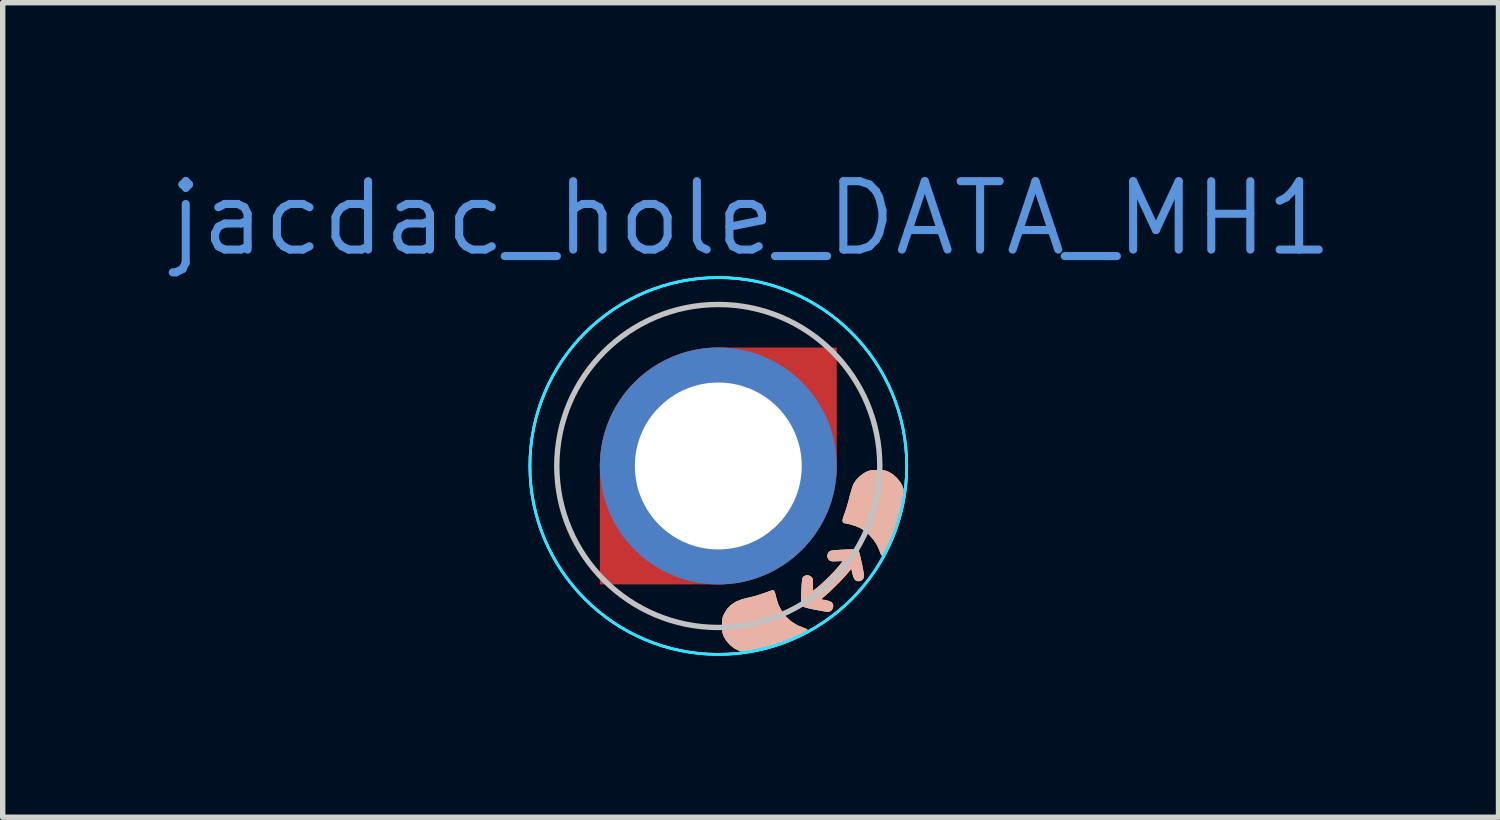
<source format=kicad_pcb>
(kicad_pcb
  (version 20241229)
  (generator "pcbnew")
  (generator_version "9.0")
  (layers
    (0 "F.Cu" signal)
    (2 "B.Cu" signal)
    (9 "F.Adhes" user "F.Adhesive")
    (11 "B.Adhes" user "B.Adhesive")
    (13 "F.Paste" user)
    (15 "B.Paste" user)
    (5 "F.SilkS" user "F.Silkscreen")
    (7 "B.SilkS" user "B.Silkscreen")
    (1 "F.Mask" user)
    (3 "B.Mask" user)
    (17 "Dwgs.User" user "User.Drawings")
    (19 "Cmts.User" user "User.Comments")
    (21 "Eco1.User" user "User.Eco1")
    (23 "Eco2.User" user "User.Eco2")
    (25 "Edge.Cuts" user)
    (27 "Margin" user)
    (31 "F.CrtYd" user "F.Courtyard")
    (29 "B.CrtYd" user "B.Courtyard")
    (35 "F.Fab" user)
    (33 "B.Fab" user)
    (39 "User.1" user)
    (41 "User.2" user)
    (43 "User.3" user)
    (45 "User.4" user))
  (footprint "jacdac_hole_DATA_MH1"
    (layer "F.Cu")
    (at 10.293 5.606)
    (property "Reference" "jacdac_hole_DATA_MH1" (at 0.6 -4.6 0) (layer "Cmts.User") (effects (font (size 1.27 1.27) (thickness 0.15))))
    (attr through_hole)
    (fp_poly (pts (xy -2.495 0) (xy -2.495 -0.157) (xy -2.456 -0.468) (xy -2.378 -0.773) (xy -2.262 -1.064) (xy -2.111 -1.34) (xy -1.926 -1.594) (xy -1.711 -1.822) (xy -1.469 -2.023) (xy -1.204 -2.191) (xy -0.92 -2.324) (xy -0.622 -2.421) (xy -0.313 -2.48) (xy 0 -2.5) (xy 2.5 -2.5) (xy 2.5 0) (xy 2.495 0) (xy 2.495 0.157) (xy 2.456 0.468) (xy 2.378 0.773) (xy 2.262 1.064) (xy 2.111 1.34) (xy 1.926 1.594) (xy 1.711 1.822) (xy 1.469 2.023) (xy 1.204 2.191) (xy 0.92 2.324) (xy 0.622 2.421) (xy 0.313 2.48) (xy 0 2.5) (xy -2.5 2.5) (xy -2.5 0)) (stroke (width 0) (type solid)) (fill yes) (layer "F.Mask"))
    (fp_circle (center 0 0) (end 0 -2.5) (stroke (width 0) (type solid)) (fill yes) (layer "B.Mask"))
    (fp_poly (pts (xy 1.03 2.312) (xy 1.045 2.333) (xy 1.059 2.373) (xy 1.074 2.434) (xy 1.075 2.44) (xy 1.115 2.572) (xy 1.176 2.691) (xy 1.256 2.797) (xy 1.354 2.887) (xy 1.468 2.958) (xy 1.583 3.005) (xy 1.619 3.018) (xy 1.645 3.031) (xy 1.649 3.033) (xy 1.664 3.059) (xy 1.658 3.09) (xy 1.642 3.111) (xy 1.615 3.129) (xy 1.568 3.154) (xy 1.506 3.183) (xy 1.433 3.215) (xy 1.352 3.249) (xy 1.268 3.282) (xy 1.186 3.313) (xy 1.12 3.336) (xy 0.959 3.386) (xy 0.818 3.424) (xy 0.696 3.448) (xy 0.59 3.46) (xy 0.5 3.459) (xy 0.424 3.446) (xy 0.401 3.439) (xy 0.304 3.393) (xy 0.217 3.325) (xy 0.144 3.241) (xy 0.1 3.163) (xy 0.086 3.13) (xy 0.078 3.096) (xy 0.073 3.055) (xy 0.071 3) (xy 0.071 2.96) (xy 0.071 2.897) (xy 0.074 2.852) (xy 0.079 2.818) (xy 0.089 2.787) (xy 0.105 2.754) (xy 0.109 2.745) (xy 0.167 2.652) (xy 0.24 2.577) (xy 0.33 2.519) (xy 0.439 2.476) (xy 0.507 2.458) (xy 0.65 2.424) (xy 0.775 2.387) (xy 0.891 2.347) (xy 0.897 2.345) (xy 0.945 2.327) (xy 0.984 2.314) (xy 1.009 2.306) (xy 1.012 2.306)) (stroke (width 0) (type solid)) (fill yes) (layer "F.SilkS"))
    (fp_poly (pts (xy 3.02 0.077) (xy 3.066 0.079) (xy 3.102 0.085) (xy 3.134 0.096) (xy 3.168 0.11) (xy 3.243 0.156) (xy 3.315 0.22) (xy 3.376 0.293) (xy 3.413 0.355) (xy 3.438 0.421) (xy 3.452 0.495) (xy 3.455 0.579) (xy 3.447 0.675) (xy 3.427 0.786) (xy 3.396 0.914) (xy 3.352 1.061) (xy 3.33 1.125) (xy 3.303 1.204) (xy 3.272 1.287) (xy 3.239 1.37) (xy 3.205 1.45) (xy 3.173 1.522) (xy 3.144 1.582) (xy 3.121 1.626) (xy 3.106 1.647) (xy 3.076 1.667) (xy 3.046 1.668) (xy 3.028 1.655) (xy 3.017 1.634) (xy 3.003 1.599) (xy 2.995 1.575) (xy 2.951 1.474) (xy 2.886 1.375) (xy 2.807 1.284) (xy 2.718 1.206) (xy 2.637 1.154) (xy 2.545 1.114) (xy 2.438 1.082) (xy 2.361 1.067) (xy 2.33 1.058) (xy 2.312 1.042) (xy 2.307 1.015) (xy 2.314 0.974) (xy 2.334 0.914) (xy 2.343 0.889) (xy 2.363 0.834) (xy 2.385 0.762) (xy 2.409 0.682) (xy 2.43 0.602) (xy 2.434 0.584) (xy 2.453 0.512) (xy 2.473 0.444) (xy 2.492 0.385) (xy 2.508 0.343) (xy 2.513 0.332) (xy 2.562 0.258) (xy 2.629 0.189) (xy 2.706 0.132) (xy 2.739 0.113) (xy 2.775 0.097) (xy 2.807 0.086) (xy 2.84 0.08) (xy 2.884 0.077) (xy 2.945 0.076) (xy 2.955 0.076)) (stroke (width 0) (type solid)) (fill yes) (layer "F.SilkS"))
    (fp_poly (pts (xy 2.524 1.55) (xy 2.561 1.555) (xy 2.587 1.566) (xy 2.604 1.581) (xy 2.616 1.602) (xy 2.617 1.605) (xy 2.626 1.634) (xy 2.638 1.682) (xy 2.652 1.743) (xy 2.667 1.811) (xy 2.681 1.88) (xy 2.693 1.944) (xy 2.702 1.997) (xy 2.707 2.034) (xy 2.707 2.044) (xy 2.696 2.09) (xy 2.665 2.123) (xy 2.62 2.14) (xy 2.604 2.141) (xy 2.566 2.135) (xy 2.538 2.115) (xy 2.516 2.078) (xy 2.497 2.02) (xy 2.492 2.001) (xy 2.471 1.911) (xy 2.387 2.01) (xy 2.342 2.061) (xy 2.285 2.122) (xy 2.22 2.188) (xy 2.152 2.255) (xy 2.087 2.318) (xy 2.028 2.373) (xy 1.981 2.414) (xy 1.973 2.42) (xy 1.936 2.452) (xy 1.921 2.473) (xy 1.927 2.483) (xy 1.938 2.484) (xy 1.979 2.488) (xy 2.026 2.499) (xy 2.071 2.514) (xy 2.104 2.53) (xy 2.111 2.536) (xy 2.132 2.573) (xy 2.135 2.615) (xy 2.121 2.657) (xy 2.095 2.69) (xy 2.058 2.709) (xy 2.038 2.711) (xy 2.013 2.709) (xy 1.969 2.702) (xy 1.911 2.691) (xy 1.842 2.678) (xy 1.793 2.669) (xy 1.708 2.651) (xy 1.644 2.637) (xy 1.598 2.622) (xy 1.568 2.603) (xy 1.55 2.58) (xy 1.542 2.547) (xy 1.539 2.504) (xy 1.54 2.448) (xy 1.541 2.375) (xy 1.544 2.292) (xy 1.548 2.215) (xy 1.549 2.2) (xy 1.554 2.141) (xy 1.559 2.102) (xy 1.566 2.077) (xy 1.577 2.06) (xy 1.587 2.051) (xy 1.632 2.029) (xy 1.68 2.032) (xy 1.724 2.056) (xy 1.74 2.071) (xy 1.75 2.087) (xy 1.755 2.11) (xy 1.757 2.145) (xy 1.756 2.199) (xy 1.756 2.204) (xy 1.753 2.321) (xy 1.789 2.296) (xy 1.846 2.251) (xy 1.914 2.192) (xy 1.988 2.123) (xy 2.065 2.048) (xy 2.139 1.971) (xy 2.205 1.899) (xy 2.26 1.834) (xy 2.288 1.798) (xy 2.311 1.766) (xy 2.198 1.77) (xy 2.143 1.772) (xy 2.108 1.77) (xy 2.084 1.765) (xy 2.067 1.755) (xy 2.053 1.742) (xy 2.027 1.7) (xy 2.024 1.653) (xy 2.044 1.608) (xy 2.05 1.601) (xy 2.061 1.589) (xy 2.073 1.58) (xy 2.091 1.574) (xy 2.119 1.569) (xy 2.159 1.564) (xy 2.216 1.56) (xy 2.295 1.555) (xy 2.305 1.555) (xy 2.399 1.55) (xy 2.471 1.548)) (stroke (width 0) (type solid)) (fill yes) (layer "F.SilkS"))
    (fp_poly (pts (xy 1.03 2.312) (xy 1.045 2.333) (xy 1.059 2.373) (xy 1.074 2.434) (xy 1.075 2.44) (xy 1.115 2.572) (xy 1.176 2.691) (xy 1.256 2.797) (xy 1.354 2.887) (xy 1.468 2.958) (xy 1.583 3.005) (xy 1.619 3.018) (xy 1.645 3.031) (xy 1.649 3.033) (xy 1.664 3.059) (xy 1.658 3.09) (xy 1.642 3.111) (xy 1.615 3.129) (xy 1.568 3.154) (xy 1.506 3.183) (xy 1.433 3.215) (xy 1.352 3.249) (xy 1.268 3.282) (xy 1.186 3.313) (xy 1.12 3.336) (xy 0.959 3.386) (xy 0.818 3.424) (xy 0.696 3.448) (xy 0.59 3.46) (xy 0.5 3.459) (xy 0.424 3.446) (xy 0.401 3.439) (xy 0.304 3.393) (xy 0.217 3.325) (xy 0.144 3.241) (xy 0.1 3.163) (xy 0.086 3.13) (xy 0.078 3.096) (xy 0.073 3.055) (xy 0.071 3) (xy 0.071 2.96) (xy 0.071 2.897) (xy 0.074 2.852) (xy 0.079 2.818) (xy 0.089 2.787) (xy 0.105 2.754) (xy 0.109 2.745) (xy 0.167 2.652) (xy 0.24 2.577) (xy 0.33 2.519) (xy 0.439 2.476) (xy 0.507 2.458) (xy 0.65 2.424) (xy 0.775 2.387) (xy 0.891 2.347) (xy 0.897 2.345) (xy 0.945 2.327) (xy 0.984 2.314) (xy 1.009 2.306) (xy 1.012 2.306)) (stroke (width 0) (type solid)) (fill yes) (layer "B.SilkS"))
    (fp_poly (pts (xy 3.02 0.077) (xy 3.066 0.079) (xy 3.102 0.085) (xy 3.134 0.096) (xy 3.168 0.11) (xy 3.243 0.156) (xy 3.315 0.22) (xy 3.376 0.293) (xy 3.413 0.355) (xy 3.438 0.421) (xy 3.452 0.495) (xy 3.455 0.579) (xy 3.447 0.675) (xy 3.427 0.786) (xy 3.396 0.914) (xy 3.352 1.061) (xy 3.33 1.125) (xy 3.303 1.204) (xy 3.272 1.287) (xy 3.239 1.37) (xy 3.205 1.45) (xy 3.173 1.522) (xy 3.144 1.582) (xy 3.121 1.626) (xy 3.106 1.647) (xy 3.076 1.667) (xy 3.046 1.668) (xy 3.028 1.655) (xy 3.017 1.634) (xy 3.003 1.599) (xy 2.995 1.575) (xy 2.951 1.474) (xy 2.886 1.375) (xy 2.807 1.284) (xy 2.718 1.206) (xy 2.637 1.154) (xy 2.545 1.114) (xy 2.438 1.082) (xy 2.361 1.067) (xy 2.33 1.058) (xy 2.312 1.042) (xy 2.307 1.015) (xy 2.314 0.974) (xy 2.334 0.914) (xy 2.343 0.889) (xy 2.363 0.834) (xy 2.385 0.762) (xy 2.409 0.682) (xy 2.43 0.602) (xy 2.434 0.584) (xy 2.453 0.512) (xy 2.473 0.444) (xy 2.492 0.385) (xy 2.508 0.343) (xy 2.513 0.332) (xy 2.562 0.258) (xy 2.629 0.189) (xy 2.706 0.132) (xy 2.739 0.113) (xy 2.775 0.097) (xy 2.807 0.086) (xy 2.84 0.08) (xy 2.884 0.077) (xy 2.945 0.076) (xy 2.955 0.076)) (stroke (width 0) (type solid)) (fill yes) (layer "B.SilkS"))
    (fp_poly (pts (xy 2.524 1.55) (xy 2.561 1.555) (xy 2.587 1.566) (xy 2.604 1.581) (xy 2.616 1.602) (xy 2.617 1.605) (xy 2.626 1.634) (xy 2.638 1.682) (xy 2.652 1.743) (xy 2.667 1.811) (xy 2.681 1.88) (xy 2.693 1.944) (xy 2.702 1.997) (xy 2.707 2.034) (xy 2.707 2.044) (xy 2.696 2.09) (xy 2.665 2.123) (xy 2.62 2.14) (xy 2.604 2.141) (xy 2.566 2.135) (xy 2.538 2.115) (xy 2.516 2.078) (xy 2.497 2.02) (xy 2.492 2.001) (xy 2.471 1.911) (xy 2.387 2.01) (xy 2.342 2.061) (xy 2.285 2.122) (xy 2.22 2.188) (xy 2.152 2.255) (xy 2.087 2.318) (xy 2.028 2.373) (xy 1.981 2.414) (xy 1.973 2.42) (xy 1.936 2.452) (xy 1.921 2.473) (xy 1.927 2.483) (xy 1.938 2.484) (xy 1.979 2.488) (xy 2.026 2.499) (xy 2.071 2.514) (xy 2.104 2.53) (xy 2.111 2.536) (xy 2.132 2.573) (xy 2.135 2.615) (xy 2.121 2.657) (xy 2.095 2.69) (xy 2.058 2.709) (xy 2.038 2.711) (xy 2.013 2.709) (xy 1.969 2.702) (xy 1.911 2.691) (xy 1.842 2.678) (xy 1.793 2.669) (xy 1.708 2.651) (xy 1.644 2.637) (xy 1.598 2.622) (xy 1.568 2.603) (xy 1.55 2.58) (xy 1.542 2.547) (xy 1.539 2.504) (xy 1.54 2.448) (xy 1.541 2.375) (xy 1.544 2.292) (xy 1.548 2.215) (xy 1.549 2.2) (xy 1.554 2.141) (xy 1.559 2.102) (xy 1.566 2.077) (xy 1.577 2.06) (xy 1.587 2.051) (xy 1.632 2.029) (xy 1.68 2.032) (xy 1.724 2.056) (xy 1.74 2.071) (xy 1.75 2.087) (xy 1.755 2.11) (xy 1.757 2.145) (xy 1.756 2.199) (xy 1.756 2.204) (xy 1.753 2.321) (xy 1.789 2.296) (xy 1.846 2.251) (xy 1.914 2.192) (xy 1.988 2.123) (xy 2.065 2.048) (xy 2.139 1.971) (xy 2.205 1.899) (xy 2.26 1.834) (xy 2.288 1.798) (xy 2.311 1.766) (xy 2.198 1.77) (xy 2.143 1.772) (xy 2.108 1.77) (xy 2.084 1.765) (xy 2.067 1.755) (xy 2.053 1.742) (xy 2.027 1.7) (xy 2.024 1.653) (xy 2.044 1.608) (xy 2.05 1.601) (xy 2.061 1.589) (xy 2.073 1.58) (xy 2.091 1.574) (xy 2.119 1.569) (xy 2.159 1.564) (xy 2.216 1.56) (xy 2.295 1.555) (xy 2.305 1.555) (xy 2.399 1.55) (xy 2.471 1.548)) (stroke (width 0) (type solid)) (fill yes) (layer "B.SilkS"))
    (fp_circle (center 0 0) (end 0 -3) (stroke (width 0.1) (type default)) (fill no) (layer "Dwgs.User"))
    (fp_circle (center 0 0) (end 0 -3.5) (stroke (width 0.05) (type default)) (fill no) (layer "B.CrtYd"))
    (fp_circle (center 0 0) (end 0 -3.5) (stroke (width 0.05) (type default)) (fill no) (layer "B.CrtYd"))
    (fp_circle (center 0 0) (end 0 -3.5) (stroke (width 0.05) (type default)) (fill no) (layer "F.CrtYd"))
    (pad "MH1" smd custom (at 0 0 135) (size 1 1) (property pad_prop_fiducial_loc) (layers "F.Cu") (options (anchor circle)) (primitives (gr_poly (pts (xy 0 -3.111) (arc (start -1.555635 -1.555635) (mid -2.2 0) (end -1.555635 1.555635)) (xy 0 3.111) (arc (start 1.555635 1.555635) (mid 2.2 0) (end 1.555635 -1.555635))) (width 0) (fill yes))))
    (pad "MH1" thru_hole circle (at 0 0 135) (size 4.4 4.4) (drill 3.1) (property pad_prop_fiducial_loc) (layers "*.Cu"))
    (zone (net_name "") (layers "F.Cu" "B.Cu") (hatch edge 0.508) (connect_pads) (min_thickness 0.254) (filled_areas_thickness no) (keepout (tracks allowed) (vias allowed) (pads allowed) (copperpour not_allowed) (footprints allowed)) (placement (enabled no)) (fill) (polygon (pts (xy 10.293 2.601) (xy 9.944 2.621) (xy 9.6 2.682) (xy 9.265 2.782) (xy 8.944 2.921) (xy 8.642 3.095) (xy 8.361 3.304) (xy 8.107 3.544) (xy 7.883 3.812) (xy 7.691 4.104) (xy 7.534 4.416) (xy 7.414 4.744) (xy 7.334 5.084) (xy 7.293 5.431) (xy 7.293 5.781) (xy 7.334 6.128) (xy 7.414 6.468) (xy 7.534 6.796) (xy 7.691 7.109) (xy 7.883 7.401) (xy 8.107 7.668) (xy 8.361 7.908) (xy 8.642 8.117) (xy 8.944 8.292) (xy 9.265 8.43) (xy 9.6 8.53) (xy 9.944 8.591) (xy 10.293 8.611) (xy 10.642 8.591) (xy 10.986 8.53) (xy 11.321 8.43) (xy 11.642 8.292) (xy 11.944 8.117) (xy 12.225 7.908) (xy 12.479 7.668) (xy 12.703 7.401) (xy 12.895 7.109) (xy 13.052 6.796) (xy 13.172 6.468) (xy 13.252 6.128) (xy 13.293 5.781) (xy 13.293 5.431) (xy 13.252 5.084) (xy 13.172 4.744) (xy 13.052 4.416) (xy 12.895 4.104) (xy 12.703 3.812) (xy 12.479 3.544) (xy 12.225 3.304) (xy 11.944 3.095) (xy 11.642 2.921) (xy 11.321 2.782) (xy 10.986 2.682) (xy 10.642 2.621)))))
  (gr_rect
    (start -3 -3)
    (end 24.786 12.131)
    (stroke (width 0.1) (type default))
    (fill no)
    (layer "Edge.Cuts")))
</source>
